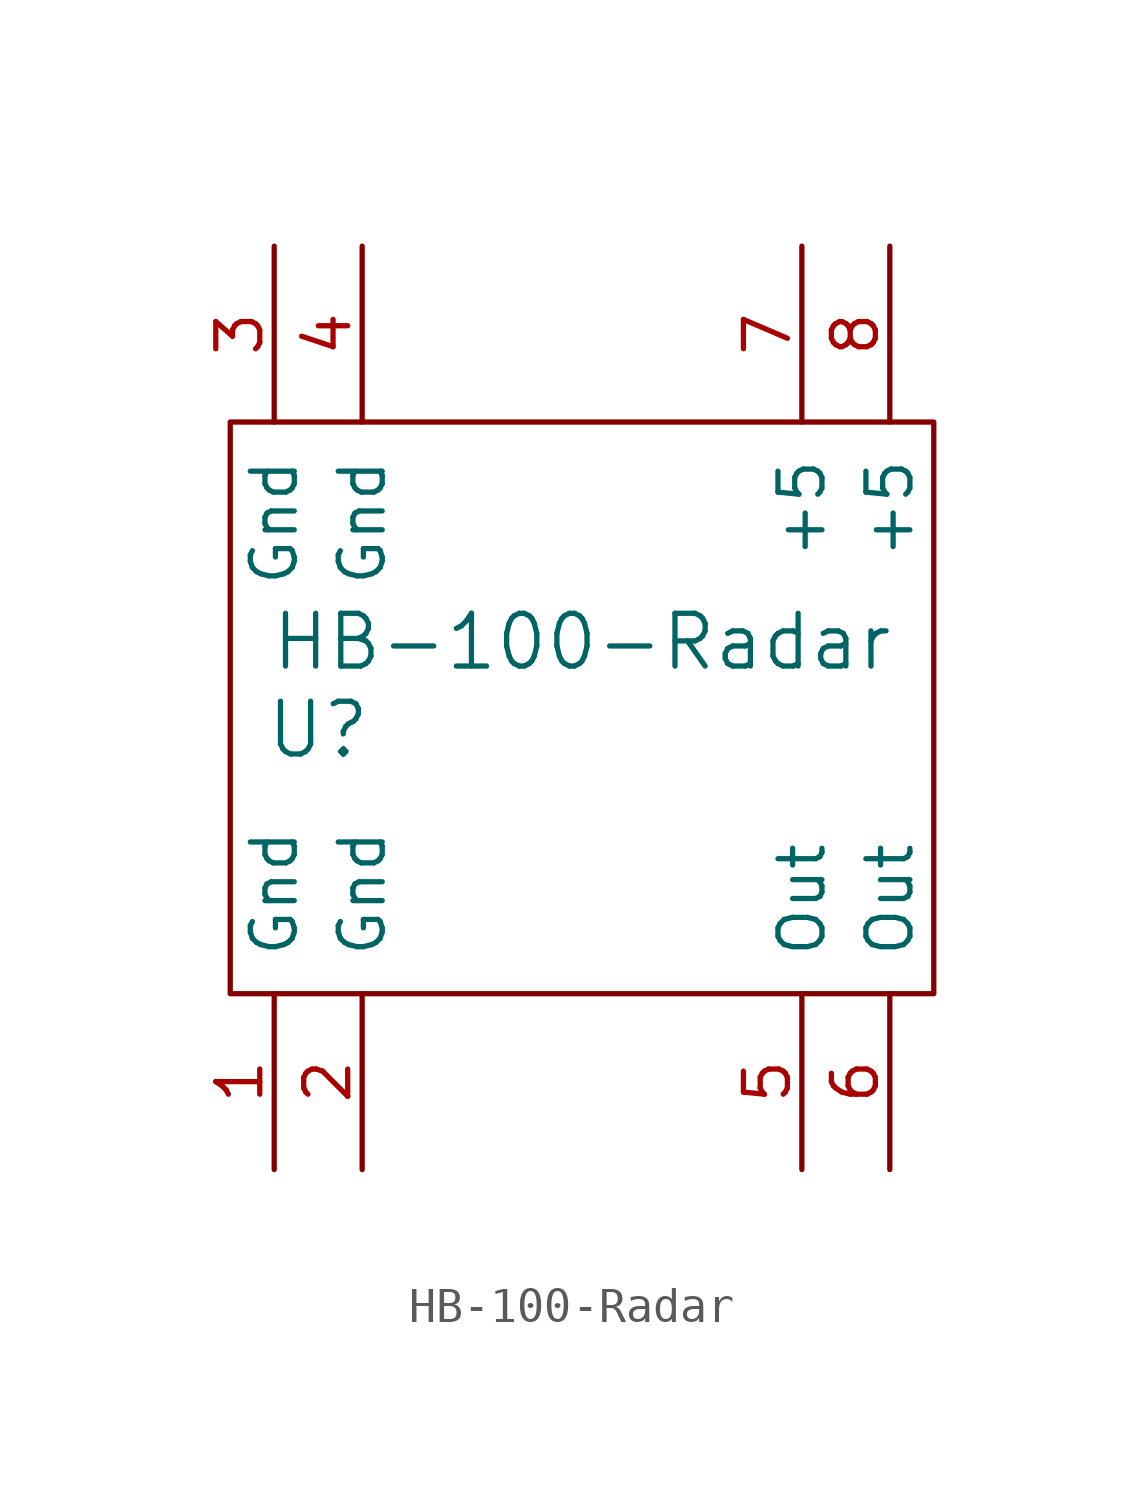
<source format=kicad_sym>
(kicad_symbol_lib
  (version 20211014)
  (generator kicad_symbol_editor)
  (symbol "HB-100-Radar"
    (pin_names
      (offset 1.016))
    (property "Reference" "U"
      (at -7.62 0 0)
      (effects (font (size 1.524 1.524))))
    (property "Value" "HB-100-Radar"
      (at 0 2.54 0)
      (effects (font (size 1.524 1.524))))
    (symbol "HB-100-Radar_0_1"
      (rectangle (start -10.16 8.89) (end 10.16 -7.62) (stroke (width 0) (type default) (color 0 0 0 0)) (fill (type none))))
    (symbol "HB-100-Radar_1_1"
      (pin power_in line (at -8.89 -12.7 90) (length 5.08) (name "Gnd" (effects (font (size 1.27 1.27)))) (number "1" (effects (font (size 1.27 1.27)))))
      (pin power_in line (at -6.35 -12.7 90) (length 5.08) (name "Gnd" (effects (font (size 1.27 1.27)))) (number "2" (effects (font (size 1.27 1.27)))))
      (pin power_in line (at -8.89 13.97 270) (length 5.08) (name "Gnd" (effects (font (size 1.27 1.27)))) (number "3" (effects (font (size 1.27 1.27)))))
      (pin power_in line (at -6.35 13.97 270) (length 5.08) (name "Gnd" (effects (font (size 1.27 1.27)))) (number "4" (effects (font (size 1.27 1.27)))))
      (pin power_in line (at 6.35 -12.7 90) (length 5.08) (name "Out" (effects (font (size 1.27 1.27)))) (number "5" (effects (font (size 1.27 1.27)))))
      (pin power_in line (at 8.89 -12.7 90) (length 5.08) (name "Out" (effects (font (size 1.27 1.27)))) (number "6" (effects (font (size 1.27 1.27)))))
      (pin power_in line (at 6.35 13.97 270) (length 5.08) (name "+5" (effects (font (size 1.27 1.27)))) (number "7" (effects (font (size 1.27 1.27)))))
      (pin power_in line (at 8.89 13.97 270) (length 5.08) (name "+5" (effects (font (size 1.27 1.27)))) (number "8" (effects (font (size 1.27 1.27))))))))
</source>
